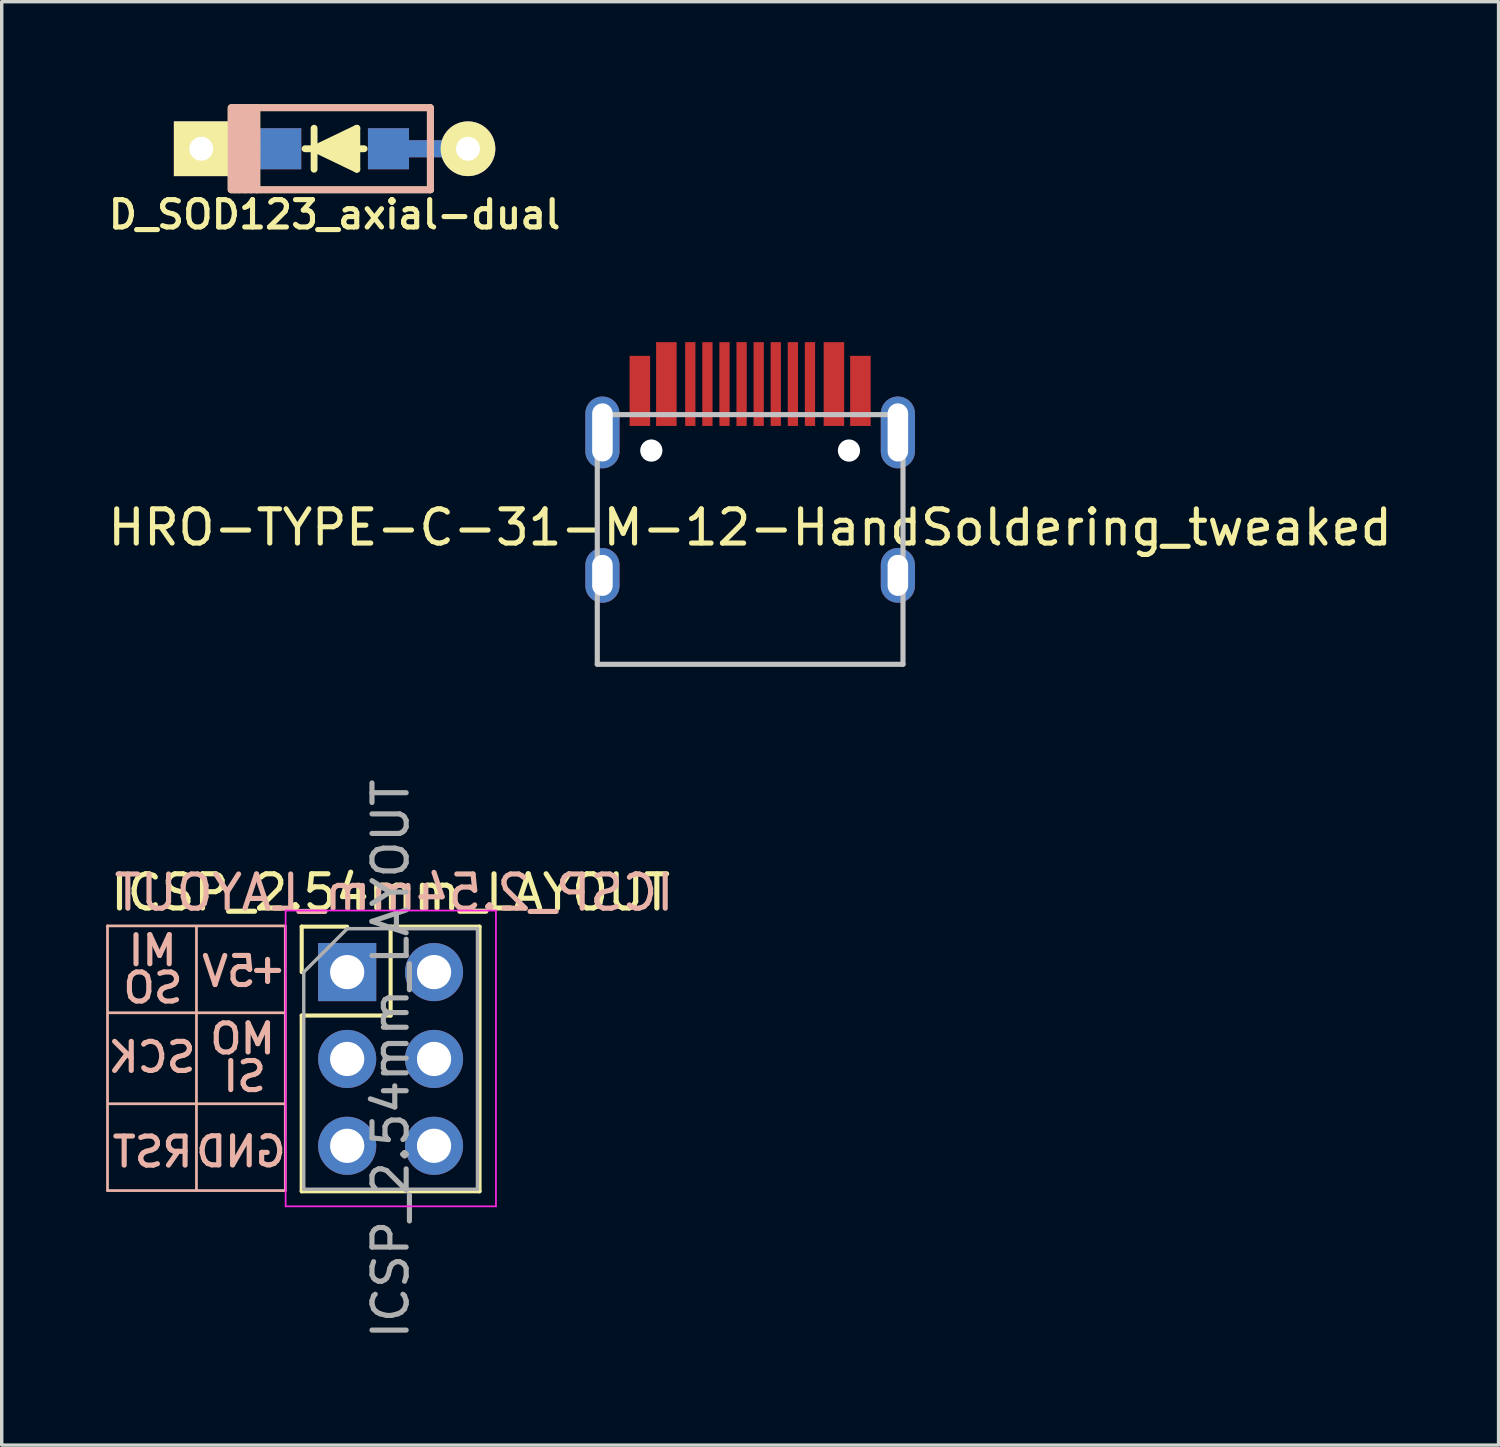
<source format=kicad_pcb>
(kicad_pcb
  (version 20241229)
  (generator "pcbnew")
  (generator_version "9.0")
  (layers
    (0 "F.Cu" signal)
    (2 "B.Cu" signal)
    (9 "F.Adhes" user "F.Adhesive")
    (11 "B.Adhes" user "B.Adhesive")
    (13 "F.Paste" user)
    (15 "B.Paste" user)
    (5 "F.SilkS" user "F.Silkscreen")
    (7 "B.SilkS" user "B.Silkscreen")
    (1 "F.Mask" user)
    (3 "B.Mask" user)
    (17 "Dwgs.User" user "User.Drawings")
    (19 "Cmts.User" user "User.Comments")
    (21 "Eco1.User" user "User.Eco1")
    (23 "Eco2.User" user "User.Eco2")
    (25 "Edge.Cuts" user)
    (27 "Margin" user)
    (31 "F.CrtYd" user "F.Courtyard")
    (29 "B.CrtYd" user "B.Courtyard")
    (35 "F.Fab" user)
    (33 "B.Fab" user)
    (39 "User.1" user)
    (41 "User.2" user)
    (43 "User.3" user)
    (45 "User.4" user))
  (footprint "ICSP_2.54mm_LAYOUT"
    (layer "F.Cu")
    (at 7.103 25.378)
    (property "Reference" "ICSP_2.54mm_LAYOUT" (at 1.27 -2.33 0) (layer "F.SilkS") (effects (font (size 1 1) (thickness 0.15))))
    (attr through_hole)
    (fp_line (start -1.33 -1.33) (end 0 -1.33) (stroke (width 0.12) (type solid)) (layer "F.SilkS"))
    (fp_line (start -1.33 0) (end -1.33 -1.33) (stroke (width 0.12) (type solid)) (layer "F.SilkS"))
    (fp_line (start -1.33 1.27) (end -1.33 6.41) (stroke (width 0.12) (type solid)) (layer "F.SilkS"))
    (fp_line (start -1.33 1.27) (end 1.27 1.27) (stroke (width 0.12) (type solid)) (layer "F.SilkS"))
    (fp_line (start -1.33 6.41) (end 3.87 6.41) (stroke (width 0.12) (type solid)) (layer "F.SilkS"))
    (fp_line (start 1.27 -1.33) (end 3.87 -1.33) (stroke (width 0.12) (type solid)) (layer "F.SilkS"))
    (fp_line (start 1.27 1.27) (end 1.27 -1.33) (stroke (width 0.12) (type solid)) (layer "F.SilkS"))
    (fp_line (start 3.87 -1.33) (end 3.87 6.41) (stroke (width 0.12) (type solid)) (layer "F.SilkS"))
    (fp_line (start -7.009 -1.352) (end -1.81 -1.351) (stroke (width 0.08) (type solid)) (layer "B.SilkS"))
    (fp_line (start -7.009 6.388) (end -7.009 -1.352) (stroke (width 0.08) (type solid)) (layer "B.SilkS"))
    (fp_line (start -7.009 6.388) (end -1.81 6.389) (stroke (width 0.08) (type solid)) (layer "B.SilkS"))
    (fp_line (start -6.988 1.19) (end -1.838 1.19) (stroke (width 0.08) (type solid)) (layer "B.SilkS"))
    (fp_line (start -4.408 -1.34) (end -4.408 6.37) (stroke (width 0.08) (type solid)) (layer "B.SilkS"))
    (fp_line (start -1.838 3.85) (end -6.988 3.85) (stroke (width 0.08) (type solid)) (layer "B.SilkS"))
    (fp_line (start -1.81 6.389) (end -1.81 -1.351) (stroke (width 0.08) (type solid)) (layer "B.SilkS"))
    (fp_line (start -1.8 -1.8) (end -1.8 6.85) (stroke (width 0.05) (type solid)) (layer "F.CrtYd"))
    (fp_line (start -1.8 6.85) (end 4.35 6.85) (stroke (width 0.05) (type solid)) (layer "F.CrtYd"))
    (fp_line (start 4.35 -1.8) (end -1.8 -1.8) (stroke (width 0.05) (type solid)) (layer "F.CrtYd"))
    (fp_line (start 4.35 6.85) (end 4.35 -1.8) (stroke (width 0.05) (type solid)) (layer "F.CrtYd"))
    (fp_line (start -1.27 0) (end 0 -1.27) (stroke (width 0.1) (type solid)) (layer "F.Fab"))
    (fp_line (start -1.27 6.35) (end -1.27 0) (stroke (width 0.1) (type solid)) (layer "F.Fab"))
    (fp_line (start 0 -1.27) (end 3.81 -1.27) (stroke (width 0.1) (type solid)) (layer "F.Fab"))
    (fp_line (start 3.81 -1.27) (end 3.81 6.35) (stroke (width 0.1) (type solid)) (layer "F.Fab"))
    (fp_line (start 3.81 6.35) (end -1.27 6.35) (stroke (width 0.1) (type solid)) (layer "F.Fab"))
    (fp_text user "+" (at -2.328 -0.11 0) (layer "B.SilkS") (effects (font (size 0.85 0.85) (thickness 0.15)) (justify mirror)))
    (fp_text user "RST" (at -5.692 5.259 0) (layer "B.SilkS") (effects (font (size 0.85 0.85) (thickness 0.15)) (justify mirror)))
    (fp_text user "MI" (at -5.69 -0.63 0) (layer "B.SilkS") (effects (font (size 0.85 0.85) (thickness 0.15)) (justify mirror)))
    (fp_text user "MO" (at -3.06 1.95 0) (layer "B.SilkS") (effects (font (size 0.85 0.85) (thickness 0.15)) (justify mirror)))
    (fp_text user "${REFERENCE}" (at 1.372 -2.324 0) (layer "B.SilkS") (effects (font (size 1 1) (thickness 0.15)) (justify mirror)))
    (fp_text user "SCK" (at -5.708 2.49 0) (layer "B.SilkS") (effects (font (size 0.85 0.85) (thickness 0.15)) (justify mirror)))
    (fp_text user "SO" (at -5.68 0.46 0) (layer "B.SilkS") (effects (font (size 0.85 0.85) (thickness 0.15)) (justify mirror)))
    (fp_text user "SI" (at -3 3.05 0) (layer "B.SilkS") (effects (font (size 0.85 0.85) (thickness 0.15)) (justify mirror)))
    (fp_text user "GND" (at -3.108 5.251 0) (layer "B.SilkS") (effects (font (size 0.85 0.85) (thickness 0.15)) (justify mirror)))
    (fp_text user "5V" (at -3.458 -0.022 0) (layer "B.SilkS") (effects (font (size 0.85 0.85) (thickness 0.15)) (justify mirror)))
    (fp_text user "${REFERENCE}" (at 1.27 2.54 90) (layer "F.Fab") (effects (font (size 1 1) (thickness 0.15))))
    (pad "1" thru_hole rect (at 0 0) (size 1.7 1.7) (drill 1) (layers "*.Cu" "*.Mask"))
    (pad "2" thru_hole oval (at 2.54 0) (size 1.7 1.7) (drill 1) (layers "*.Cu" "*.Mask"))
    (pad "3" thru_hole oval (at 0 2.54) (size 1.7 1.7) (drill 1) (layers "*.Cu" "*.Mask"))
    (pad "4" thru_hole oval (at 2.54 2.54) (size 1.7 1.7) (drill 1) (layers "*.Cu" "*.Mask"))
    (pad "5" thru_hole oval (at 0 5.08) (size 1.7 1.7) (drill 1) (layers "*.Cu" "*.Mask"))
    (pad "6" thru_hole oval (at 2.54 5.08) (size 1.7 1.7) (drill 1) (layers "*.Cu" "*.Mask")))
  (footprint "D_SOD123_axial-dual"
    (layer "F.Cu")
    (at 6.735 1.3)
    (property "Reference" "D_SOD123_axial-dual" (at 0 1.925 0) (layer "F.SilkS") (effects (font (size 0.8 0.8) (thickness 0.15))))
    (attr smd)
    (fp_line (start -3.025 1.2) (end -3.025 -1.2) (stroke (width 0.2) (type solid)) (layer "F.SilkS"))
    (fp_line (start -3 -1.2) (end 2.8 -1.2) (stroke (width 0.2) (type solid)) (layer "F.SilkS"))
    (fp_line (start -2.925 -1.2) (end -2.925 1.2) (stroke (width 0.2) (type solid)) (layer "F.SilkS"))
    (fp_line (start -2.8 -1.2) (end -2.8 1.2) (stroke (width 0.2) (type solid)) (layer "F.SilkS"))
    (fp_line (start -2.625 -1.2) (end -2.625 1.2) (stroke (width 0.2) (type solid)) (layer "F.SilkS"))
    (fp_line (start -2.45 -1.2) (end -2.45 1.2) (stroke (width 0.2) (type solid)) (layer "F.SilkS"))
    (fp_line (start -2.275 -1.2) (end -2.275 1.2) (stroke (width 0.2) (type solid)) (layer "F.SilkS"))
    (fp_line (start -0.864 0) (end -0.584 0) (stroke (width 0.2) (type solid)) (layer "F.SilkS"))
    (fp_line (start -0.6 0) (end 0.65 -0.6) (stroke (width 0.2) (type solid)) (layer "F.SilkS"))
    (fp_line (start -0.6 0.6) (end -0.6 -0.6) (stroke (width 0.2) (type solid)) (layer "F.SilkS"))
    (fp_line (start 0.65 -0.6) (end 0.65 0.6) (stroke (width 0.2) (type solid)) (layer "F.SilkS"))
    (fp_line (start 0.65 0.6) (end -0.6 0) (stroke (width 0.2) (type solid)) (layer "F.SilkS"))
    (fp_line (start 0.66 0) (end 0.864 0) (stroke (width 0.2) (type solid)) (layer "F.SilkS"))
    (fp_line (start 2.8 -1.2) (end 2.8 1.2) (stroke (width 0.2) (type solid)) (layer "F.SilkS"))
    (fp_line (start 2.8 1.2) (end -3 1.2) (stroke (width 0.2) (type solid)) (layer "F.SilkS"))
    (fp_poly (pts (xy 0.65 -0.6) (xy -0.6 0) (xy 0.65 0.6)) (stroke (width 0.1) (type solid)) (fill yes) (layer "F.SilkS"))
    (fp_line (start -3.025 1.2) (end -3.025 -1.2) (stroke (width 0.2) (type solid)) (layer "B.SilkS"))
    (fp_line (start -3 -1.2) (end 2.8 -1.2) (stroke (width 0.2) (type solid)) (layer "B.SilkS"))
    (fp_line (start -2.925 -1.2) (end -2.925 1.2) (stroke (width 0.2) (type solid)) (layer "B.SilkS"))
    (fp_line (start -2.8 -1.2) (end -2.8 1.2) (stroke (width 0.2) (type solid)) (layer "B.SilkS"))
    (fp_line (start -2.625 -1.2) (end -2.625 1.2) (stroke (width 0.2) (type solid)) (layer "B.SilkS"))
    (fp_line (start -2.45 -1.2) (end -2.45 1.2) (stroke (width 0.2) (type solid)) (layer "B.SilkS"))
    (fp_line (start -2.275 -1.2) (end -2.275 1.2) (stroke (width 0.2) (type solid)) (layer "B.SilkS"))
    (fp_line (start 2.8 -1.2) (end 2.8 1.2) (stroke (width 0.2) (type solid)) (layer "B.SilkS"))
    (fp_line (start 2.8 1.2) (end -3 1.2) (stroke (width 0.2) (type solid)) (layer "B.SilkS"))
    (pad "1" thru_hole rect (at -3.9 0) (size 1.6 1.6) (drill 0.7) (layers "*.Cu" "*.Mask" "F.SilkS"))
    (pad "1" smd rect (at -2.7 0) (size 2.5 0.5) (layers "F.Cu"))
    (pad "1" smd rect (at -2.7 0) (size 2.5 0.5) (layers "B.Cu"))
    (pad "1" smd rect (at -1.575 0) (size 1.2 1.2) (layers "F.Cu" "F.Mask" "F.Paste"))
    (pad "1" smd rect (at -1.575 0) (size 1.2 1.2) (layers "B.Cu" "B.Mask" "B.Paste"))
    (pad "2" smd rect (at 1.575 0) (size 1.2 1.2) (layers "F.Cu" "F.Mask" "F.Paste"))
    (pad "2" smd rect (at 1.575 0) (size 1.2 1.2) (layers "B.Cu" "B.Mask" "B.Paste"))
    (pad "2" smd rect (at 2.7 0) (size 2.5 0.5) (layers "F.Cu"))
    (pad "2" smd rect (at 2.7 0) (size 2.5 0.5) (layers "B.Cu"))
    (pad "2" thru_hole circle (at 3.9 0) (size 1.6 1.6) (drill 0.7) (layers "*.Cu" "*.Mask" "F.SilkS")))
  (footprint "HRO-TYPE-C-31-M-12-HandSoldering_tweaked"
    (layer "F.Cu")
    (at 18.887 16.376)
    (property "Reference" "HRO-TYPE-C-31-M-12-HandSoldering_tweaked" (at 0 -4 0) (layer "F.SilkS") (effects (font (size 1 1) (thickness 0.15))))
    (attr smd)
    (fp_line (start -4.47 -7.3) (end 4.47 -7.3) (stroke (width 0.15) (type solid)) (layer "Dwgs.User"))
    (fp_line (start -4.47 0) (end -4.47 -7.3) (stroke (width 0.15) (type solid)) (layer "Dwgs.User"))
    (fp_line (start -4.47 0) (end 4.47 0) (stroke (width 0.15) (type solid)) (layer "Dwgs.User"))
    (fp_line (start 4.47 0) (end 4.47 -7.3) (stroke (width 0.15) (type solid)) (layer "Dwgs.User"))
    (pad "" np_thru_hole circle (at -2.89 -6.25) (size 0.65 0.65) (drill 0.65) (layers "*.Cu" "*.Mask"))
    (pad "" np_thru_hole circle (at 2.89 -6.25) (size 0.65 0.65) (drill 0.65) (layers "*.Cu" "*.Mask"))
    (pad "1" smd rect (at -3.225 -7.995) (size 0.6 2.05) (layers "F.Cu" "F.Mask" "F.Paste"))
    (pad "2" smd rect (at -2.45 -8.195) (size 0.6 2.45) (layers "F.Cu" "F.Mask" "F.Paste"))
    (pad "3" smd rect (at -1.75 -8.195) (size 0.3 2.45) (layers "F.Cu" "F.Mask" "F.Paste"))
    (pad "4" smd rect (at -1.25 -8.195) (size 0.3 2.45) (layers "F.Cu" "F.Mask" "F.Paste"))
    (pad "5" smd rect (at -0.75 -8.195) (size 0.3 2.45) (layers "F.Cu" "F.Mask" "F.Paste"))
    (pad "6" smd rect (at -0.25 -8.195) (size 0.3 2.45) (layers "F.Cu" "F.Mask" "F.Paste"))
    (pad "7" smd rect (at 0.25 -8.195) (size 0.3 2.45) (layers "F.Cu" "F.Mask" "F.Paste"))
    (pad "8" smd rect (at 0.75 -8.195) (size 0.3 2.45) (layers "F.Cu" "F.Mask" "F.Paste"))
    (pad "9" smd rect (at 1.25 -8.195) (size 0.3 2.45) (layers "F.Cu" "F.Mask" "F.Paste"))
    (pad "10" smd rect (at 1.75 -8.195) (size 0.3 2.45) (layers "F.Cu" "F.Mask" "F.Paste"))
    (pad "11" smd rect (at 2.45 -8.195) (size 0.6 2.45) (layers "F.Cu" "F.Mask" "F.Paste"))
    (pad "12" smd rect (at 3.225 -7.995) (size 0.6 2.05) (layers "F.Cu" "F.Mask" "F.Paste"))
    (pad "13" thru_hole oval (at -4.32 -6.78) (size 1 2.1) (drill oval 0.6 1.7) (layers "*.Cu" "B.Mask"))
    (pad "13" thru_hole oval (at -4.32 -2.6) (size 1 1.6) (drill oval 0.6 1.2) (layers "*.Cu" "B.Mask"))
    (pad "13" thru_hole oval (at 4.32 -6.78) (size 1 2.1) (drill oval 0.6 1.7) (layers "*.Cu" "B.Mask"))
    (pad "13" thru_hole oval (at 4.32 -2.6) (size 1 1.6) (drill oval 0.6 1.2) (layers "*.Cu" "B.Mask")))
  (gr_rect
    (start -3 -3)
    (end 40.774 39.21)
    (stroke (width 0.1) (type default))
    (fill no)
    (layer "Edge.Cuts")))
</source>
